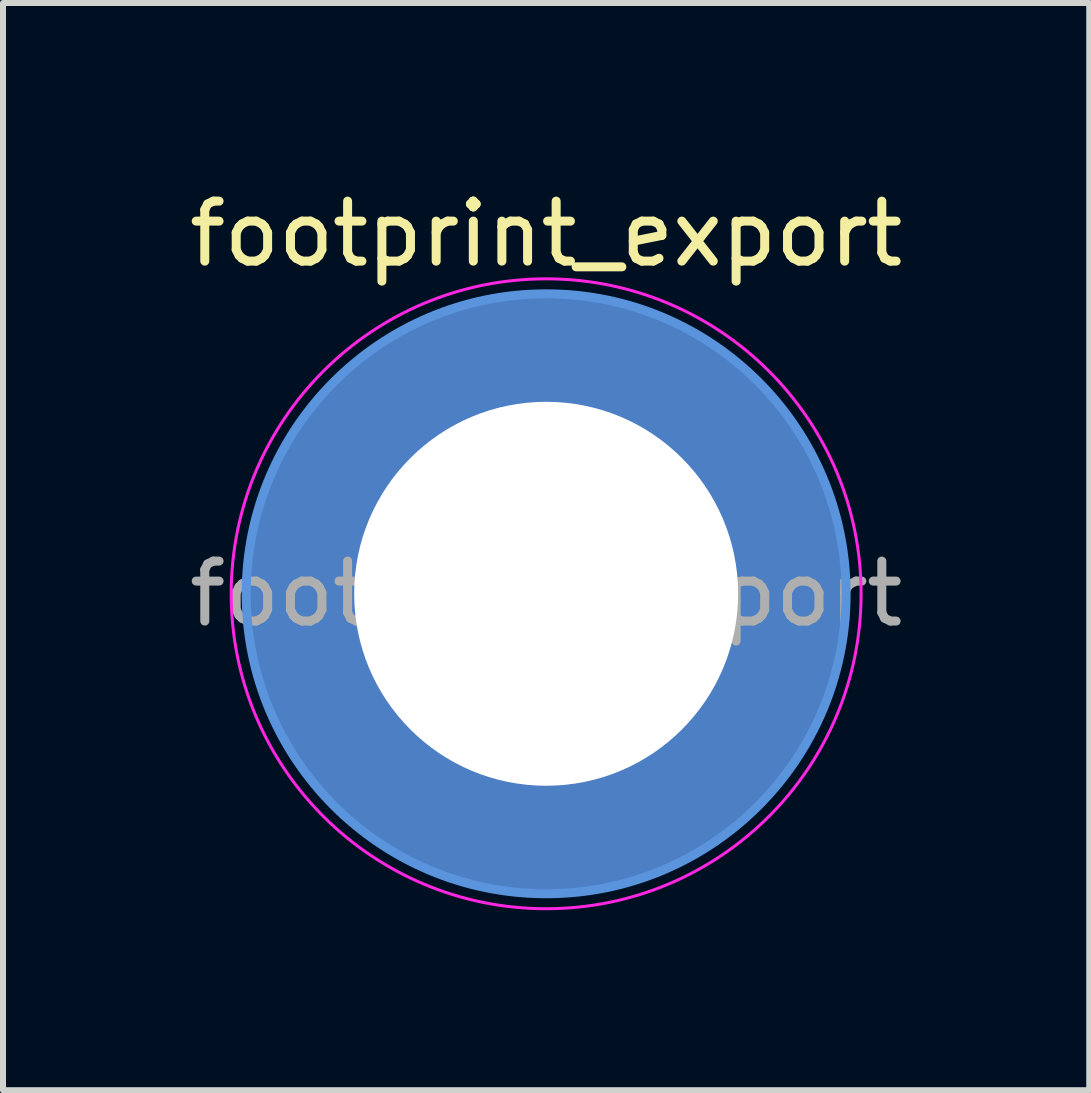
<source format=kicad_pcb>
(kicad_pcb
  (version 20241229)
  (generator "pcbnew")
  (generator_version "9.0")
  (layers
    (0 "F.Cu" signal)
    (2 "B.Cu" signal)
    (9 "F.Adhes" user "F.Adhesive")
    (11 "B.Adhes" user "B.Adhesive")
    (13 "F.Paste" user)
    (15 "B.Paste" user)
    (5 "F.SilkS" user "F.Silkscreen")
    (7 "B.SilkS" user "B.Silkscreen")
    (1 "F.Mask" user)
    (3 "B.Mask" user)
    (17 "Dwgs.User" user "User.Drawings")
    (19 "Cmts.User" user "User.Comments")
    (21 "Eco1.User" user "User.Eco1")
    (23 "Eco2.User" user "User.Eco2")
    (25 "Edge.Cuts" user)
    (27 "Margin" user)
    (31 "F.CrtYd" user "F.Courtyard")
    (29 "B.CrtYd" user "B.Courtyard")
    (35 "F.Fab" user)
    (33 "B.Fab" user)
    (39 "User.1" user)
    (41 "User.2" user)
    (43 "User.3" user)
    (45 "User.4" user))
  (footprint "footprint_export"
    (layer "F.Cu")
    (at 6.054 6.848)
    (property "Reference" "footprint_export" (at 0 -6 0) (layer "F.SilkS") (effects (font (size 1 1) (thickness 0.15))))
    (attr exclude_from_pos_files exclude_from_bom)
    (fp_circle (center 0 0) (end 5 0) (stroke (width 0.15) (type solid)) (fill no) (layer "Cmts.User"))
    (fp_circle (center 0 0) (end 5.25 0) (stroke (width 0.05) (type solid)) (fill no) (layer "F.CrtYd"))
    (fp_text user "${REFERENCE}" (at 0 0 0) (layer "F.Fab") (effects (font (size 1 1) (thickness 0.15))))
    (pad "1" thru_hole circle (at 0 0) (size 6.8 6.8) (drill 6.4) (layers "*.Cu" "*.Mask"))
    (pad "1" connect circle (at 0 0) (size 10 10) (layers "F.Cu" "F.Mask"))
    (pad "1" connect circle (at 0 0) (size 10 10) (layers "B.Cu" "B.Mask")))
  (gr_rect
    (start -3 -3)
    (end 15.107 15.123)
    (stroke (width 0.1) (type default))
    (fill no)
    (layer "Edge.Cuts")))
</source>
